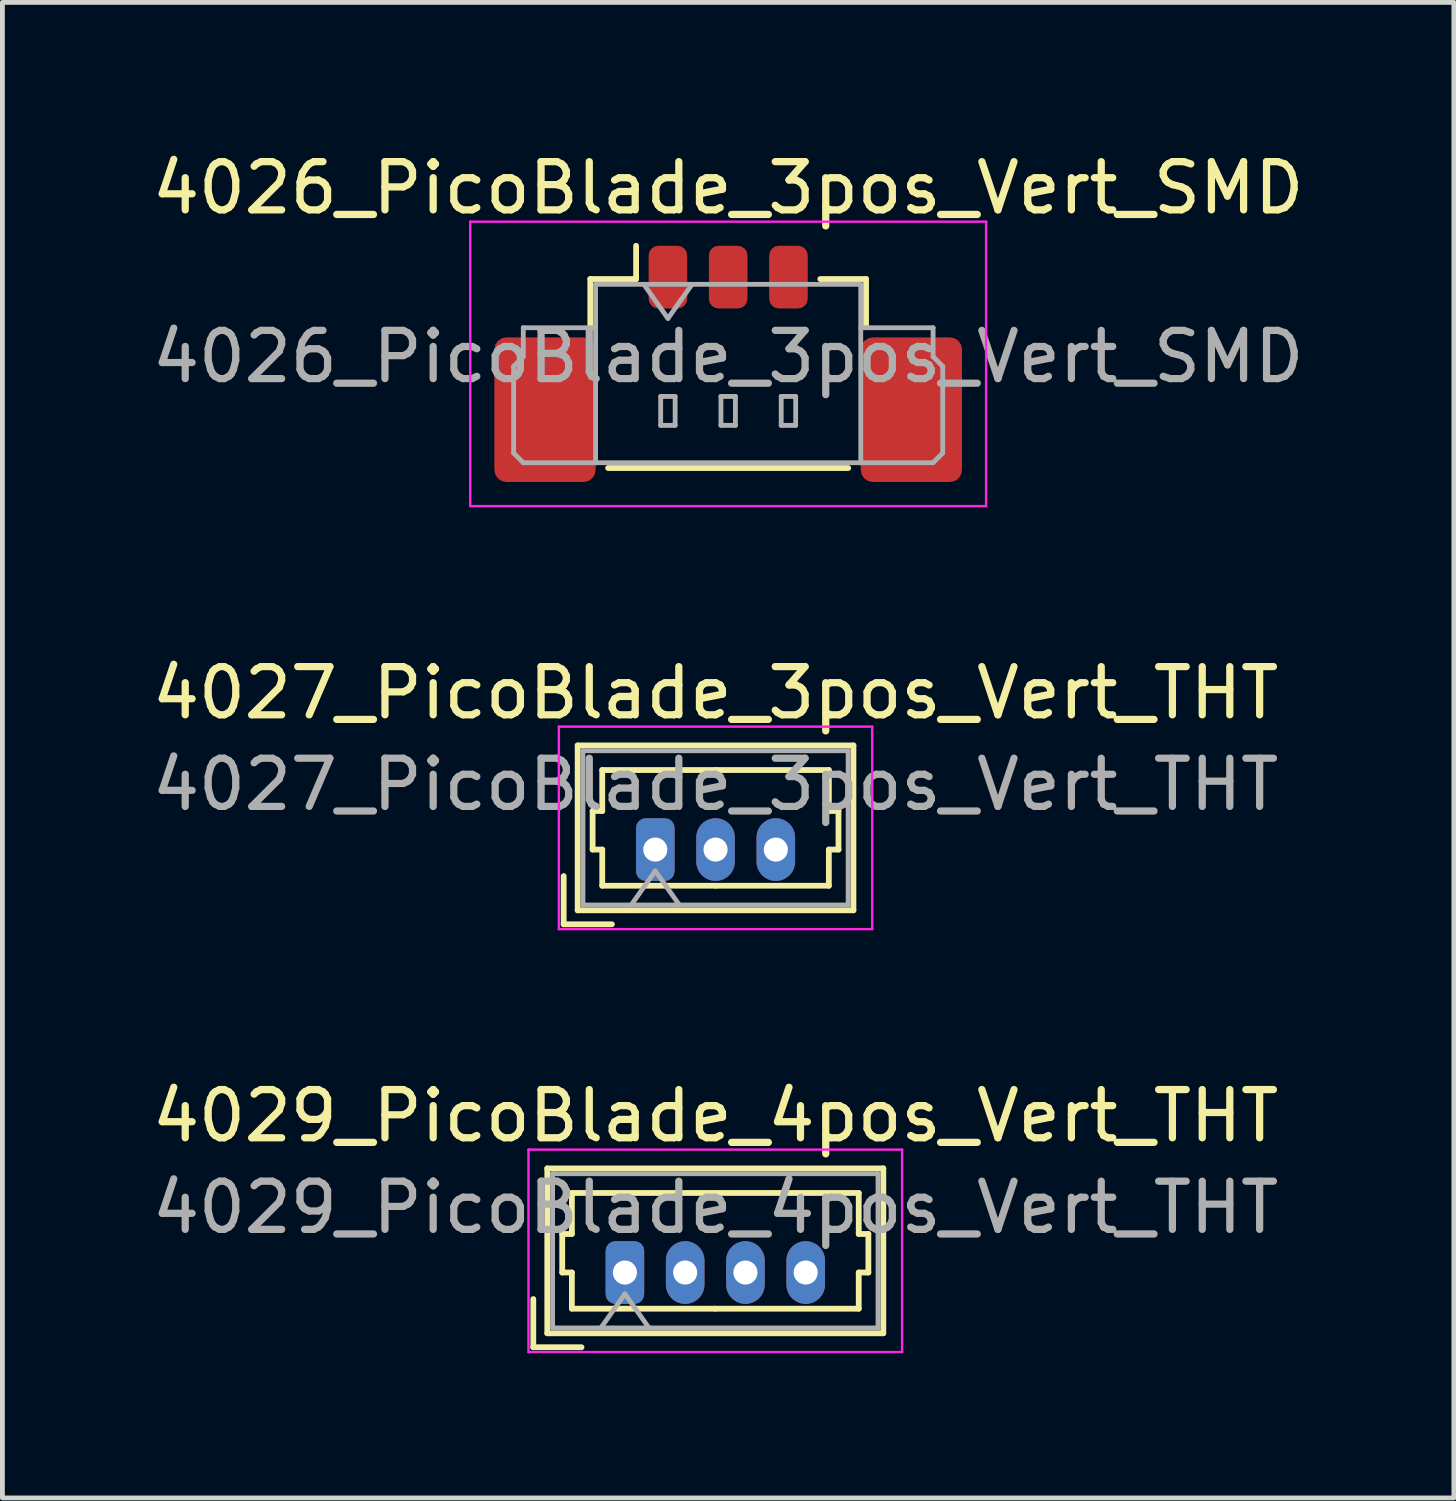
<source format=kicad_pcb>
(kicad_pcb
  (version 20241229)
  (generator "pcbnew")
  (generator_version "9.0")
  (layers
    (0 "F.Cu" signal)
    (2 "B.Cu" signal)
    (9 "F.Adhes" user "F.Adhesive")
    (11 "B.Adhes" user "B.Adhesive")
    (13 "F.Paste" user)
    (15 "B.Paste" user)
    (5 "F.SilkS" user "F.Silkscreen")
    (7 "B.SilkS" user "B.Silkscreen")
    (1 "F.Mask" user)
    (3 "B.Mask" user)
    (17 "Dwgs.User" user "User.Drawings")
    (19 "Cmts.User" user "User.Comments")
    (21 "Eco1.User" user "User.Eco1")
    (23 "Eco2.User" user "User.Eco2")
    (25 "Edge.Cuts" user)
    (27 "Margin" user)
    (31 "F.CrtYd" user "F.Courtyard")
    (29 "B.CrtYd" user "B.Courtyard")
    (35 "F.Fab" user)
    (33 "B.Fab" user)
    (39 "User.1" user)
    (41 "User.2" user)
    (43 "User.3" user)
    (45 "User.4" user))
  (footprint "4029_PicoBlade_4pos_Vert_THT"
    (layer "F.Cu")
    (at 9.912 23.345)
    (property "Reference" "4029_PicoBlade_4pos_Vert_THT" (at 1.88 -3.25 0) (layer "F.SilkS") (effects (font (size 1 1) (thickness 0.15))))
    (attr through_hole)
    (fp_line (start -1.9 1.55) (end -1.9 0.55) (stroke (width 0.12) (type solid)) (layer "F.SilkS"))
    (fp_line (start -1.9 1.55) (end -0.9 1.55) (stroke (width 0.12) (type solid)) (layer "F.SilkS"))
    (fp_line (start -1.61 -2.16) (end -1.61 1.26) (stroke (width 0.12) (type solid)) (layer "F.SilkS"))
    (fp_line (start -1.61 1.26) (end 5.36 1.26) (stroke (width 0.12) (type solid)) (layer "F.SilkS"))
    (fp_line (start -1.3 -0.8) (end -1.1 -0.8) (stroke (width 0.12) (type solid)) (layer "F.SilkS"))
    (fp_line (start -1.3 0) (end -1.3 -0.8) (stroke (width 0.12) (type solid)) (layer "F.SilkS"))
    (fp_line (start -1.1 -1.65) (end 1.875 -1.65) (stroke (width 0.12) (type solid)) (layer "F.SilkS"))
    (fp_line (start -1.1 -0.8) (end -1.1 -1.65) (stroke (width 0.12) (type solid)) (layer "F.SilkS"))
    (fp_line (start -1.1 0) (end -1.3 0) (stroke (width 0.12) (type solid)) (layer "F.SilkS"))
    (fp_line (start -1.1 0.75) (end -1.1 0) (stroke (width 0.12) (type solid)) (layer "F.SilkS"))
    (fp_line (start 1.875 0.75) (end -1.1 0.75) (stroke (width 0.12) (type solid)) (layer "F.SilkS"))
    (fp_line (start 1.875 0.75) (end 4.85 0.75) (stroke (width 0.12) (type solid)) (layer "F.SilkS"))
    (fp_line (start 4.85 -1.65) (end 1.875 -1.65) (stroke (width 0.12) (type solid)) (layer "F.SilkS"))
    (fp_line (start 4.85 -0.8) (end 4.85 -1.65) (stroke (width 0.12) (type solid)) (layer "F.SilkS"))
    (fp_line (start 4.85 0) (end 5.05 0) (stroke (width 0.12) (type solid)) (layer "F.SilkS"))
    (fp_line (start 4.85 0.75) (end 4.85 0) (stroke (width 0.12) (type solid)) (layer "F.SilkS"))
    (fp_line (start 5.05 -0.8) (end 4.85 -0.8) (stroke (width 0.12) (type solid)) (layer "F.SilkS"))
    (fp_line (start 5.05 0) (end 5.05 -0.8) (stroke (width 0.12) (type solid)) (layer "F.SilkS"))
    (fp_line (start 5.36 -2.16) (end -1.61 -2.16) (stroke (width 0.12) (type solid)) (layer "F.SilkS"))
    (fp_line (start 5.36 1.26) (end 5.36 -2.16) (stroke (width 0.12) (type solid)) (layer "F.SilkS"))
    (fp_line (start -2 -2.55) (end -2 1.65) (stroke (width 0.05) (type solid)) (layer "F.CrtYd"))
    (fp_line (start -2 1.65) (end 5.75 1.65) (stroke (width 0.05) (type solid)) (layer "F.CrtYd"))
    (fp_line (start 5.75 -2.55) (end -2 -2.55) (stroke (width 0.05) (type solid)) (layer "F.CrtYd"))
    (fp_line (start 5.75 1.65) (end 5.75 -2.55) (stroke (width 0.05) (type solid)) (layer "F.CrtYd"))
    (fp_line (start -1.5 -2.05) (end -1.5 1.15) (stroke (width 0.1) (type solid)) (layer "F.Fab"))
    (fp_line (start -1.5 1.15) (end 5.25 1.15) (stroke (width 0.1) (type solid)) (layer "F.Fab"))
    (fp_line (start -0.5 1.15) (end 0 0.443) (stroke (width 0.1) (type solid)) (layer "F.Fab"))
    (fp_line (start 0 0.443) (end 0.5 1.15) (stroke (width 0.1) (type solid)) (layer "F.Fab"))
    (fp_line (start 5.25 -2.05) (end -1.5 -2.05) (stroke (width 0.1) (type solid)) (layer "F.Fab"))
    (fp_line (start 5.25 1.15) (end 5.25 -2.05) (stroke (width 0.1) (type solid)) (layer "F.Fab"))
    (fp_text user "${REFERENCE}" (at 1.88 -1.35 0) (layer "F.Fab") (effects (font (size 1 1) (thickness 0.15))))
    (pad "1" thru_hole roundrect (at 0 0) (size 0.8 1.3) (drill 0.5) (layers "*.Cu" "*.Mask") (roundrect_rratio 0.25))
    (pad "2" thru_hole oval (at 1.25 0) (size 0.8 1.3) (drill 0.5) (layers "*.Cu" "*.Mask"))
    (pad "3" thru_hole oval (at 2.5 0) (size 0.8 1.3) (drill 0.5) (layers "*.Cu" "*.Mask"))
    (pad "4" thru_hole oval (at 3.75 0) (size 0.8 1.3) (drill 0.5) (layers "*.Cu" "*.Mask")))
  (footprint "4027_PicoBlade_3pos_Vert_THT"
    (layer "F.Cu")
    (at 10.542 14.572)
    (property "Reference" "4027_PicoBlade_3pos_Vert_THT" (at 1.25 -3.25 0) (layer "F.SilkS") (effects (font (size 1 1) (thickness 0.15))))
    (attr through_hole)
    (fp_line (start -1.9 1.55) (end -1.9 0.55) (stroke (width 0.12) (type solid)) (layer "F.SilkS"))
    (fp_line (start -1.9 1.55) (end -0.9 1.55) (stroke (width 0.12) (type solid)) (layer "F.SilkS"))
    (fp_line (start -1.61 -2.16) (end -1.61 1.26) (stroke (width 0.12) (type solid)) (layer "F.SilkS"))
    (fp_line (start -1.61 1.26) (end 4.11 1.26) (stroke (width 0.12) (type solid)) (layer "F.SilkS"))
    (fp_line (start -1.3 -0.8) (end -1.1 -0.8) (stroke (width 0.12) (type solid)) (layer "F.SilkS"))
    (fp_line (start -1.3 0) (end -1.3 -0.8) (stroke (width 0.12) (type solid)) (layer "F.SilkS"))
    (fp_line (start -1.1 -1.65) (end 1.25 -1.65) (stroke (width 0.12) (type solid)) (layer "F.SilkS"))
    (fp_line (start -1.1 -0.8) (end -1.1 -1.65) (stroke (width 0.12) (type solid)) (layer "F.SilkS"))
    (fp_line (start -1.1 0) (end -1.3 0) (stroke (width 0.12) (type solid)) (layer "F.SilkS"))
    (fp_line (start -1.1 0.75) (end -1.1 0) (stroke (width 0.12) (type solid)) (layer "F.SilkS"))
    (fp_line (start 1.25 0.75) (end -1.1 0.75) (stroke (width 0.12) (type solid)) (layer "F.SilkS"))
    (fp_line (start 1.25 0.75) (end 3.6 0.75) (stroke (width 0.12) (type solid)) (layer "F.SilkS"))
    (fp_line (start 3.6 -1.65) (end 1.25 -1.65) (stroke (width 0.12) (type solid)) (layer "F.SilkS"))
    (fp_line (start 3.6 -0.8) (end 3.6 -1.65) (stroke (width 0.12) (type solid)) (layer "F.SilkS"))
    (fp_line (start 3.6 0) (end 3.8 0) (stroke (width 0.12) (type solid)) (layer "F.SilkS"))
    (fp_line (start 3.6 0.75) (end 3.6 0) (stroke (width 0.12) (type solid)) (layer "F.SilkS"))
    (fp_line (start 3.8 -0.8) (end 3.6 -0.8) (stroke (width 0.12) (type solid)) (layer "F.SilkS"))
    (fp_line (start 3.8 0) (end 3.8 -0.8) (stroke (width 0.12) (type solid)) (layer "F.SilkS"))
    (fp_line (start 4.11 -2.16) (end -1.61 -2.16) (stroke (width 0.12) (type solid)) (layer "F.SilkS"))
    (fp_line (start 4.11 1.26) (end 4.11 -2.16) (stroke (width 0.12) (type solid)) (layer "F.SilkS"))
    (fp_line (start -2 -2.55) (end -2 1.65) (stroke (width 0.05) (type solid)) (layer "F.CrtYd"))
    (fp_line (start -2 1.65) (end 4.5 1.65) (stroke (width 0.05) (type solid)) (layer "F.CrtYd"))
    (fp_line (start 4.5 -2.55) (end -2 -2.55) (stroke (width 0.05) (type solid)) (layer "F.CrtYd"))
    (fp_line (start 4.5 1.65) (end 4.5 -2.55) (stroke (width 0.05) (type solid)) (layer "F.CrtYd"))
    (fp_line (start -1.5 -2.05) (end -1.5 1.15) (stroke (width 0.1) (type solid)) (layer "F.Fab"))
    (fp_line (start -1.5 1.15) (end 4 1.15) (stroke (width 0.1) (type solid)) (layer "F.Fab"))
    (fp_line (start -0.5 1.15) (end 0 0.443) (stroke (width 0.1) (type solid)) (layer "F.Fab"))
    (fp_line (start 0 0.443) (end 0.5 1.15) (stroke (width 0.1) (type solid)) (layer "F.Fab"))
    (fp_line (start 4 -2.05) (end -1.5 -2.05) (stroke (width 0.1) (type solid)) (layer "F.Fab"))
    (fp_line (start 4 1.15) (end 4 -2.05) (stroke (width 0.1) (type solid)) (layer "F.Fab"))
    (fp_text user "${REFERENCE}" (at 1.25 -1.35 0) (layer "F.Fab") (effects (font (size 1 1) (thickness 0.15))))
    (pad "1" thru_hole roundrect (at 0 0) (size 0.8 1.3) (drill 0.5) (layers "*.Cu" "*.Mask") (roundrect_rratio 0.25))
    (pad "2" thru_hole oval (at 1.25 0) (size 0.8 1.3) (drill 0.5) (layers "*.Cu" "*.Mask"))
    (pad "3" thru_hole oval (at 2.5 0) (size 0.8 1.3) (drill 0.5) (layers "*.Cu" "*.Mask")))
  (footprint "4026_PicoBlade_3pos_Vert_SMD"
    (layer "F.Cu")
    (at 12.054 3.948)
    (property "Reference" "4026_PicoBlade_3pos_Vert_SMD" (at 0 -3.1 0) (layer "F.SilkS") (effects (font (size 1 1) (thickness 0.15))))
    (attr smd)
    (fp_line (start -2.86 -1.21) (end -1.91 -1.21) (stroke (width 0.12) (type solid)) (layer "F.SilkS"))
    (fp_line (start -2.86 -0.26) (end -2.86 -1.21) (stroke (width 0.12) (type solid)) (layer "F.SilkS"))
    (fp_line (start -2.49 2.71) (end 2.49 2.71) (stroke (width 0.12) (type solid)) (layer "F.SilkS"))
    (fp_line (start -1.91 -1.21) (end -1.91 -1.9) (stroke (width 0.12) (type solid)) (layer "F.SilkS"))
    (fp_line (start 2.86 -1.21) (end 1.91 -1.21) (stroke (width 0.12) (type solid)) (layer "F.SilkS"))
    (fp_line (start 2.86 -0.26) (end 2.86 -1.21) (stroke (width 0.12) (type solid)) (layer "F.SilkS"))
    (fp_line (start -5.35 -2.4) (end -5.35 3.5) (stroke (width 0.05) (type solid)) (layer "F.CrtYd"))
    (fp_line (start -5.35 3.5) (end 5.35 3.5) (stroke (width 0.05) (type solid)) (layer "F.CrtYd"))
    (fp_line (start 5.35 -2.4) (end -5.35 -2.4) (stroke (width 0.05) (type solid)) (layer "F.CrtYd"))
    (fp_line (start 5.35 3.5) (end 5.35 -2.4) (stroke (width 0.05) (type solid)) (layer "F.CrtYd"))
    (fp_line (start -4.45 0.6) (end -4.25 0.4) (stroke (width 0.1) (type solid)) (layer "F.Fab"))
    (fp_line (start -4.45 2.4) (end -4.45 0.6) (stroke (width 0.1) (type solid)) (layer "F.Fab"))
    (fp_line (start -4.25 -0.2) (end -2.75 -0.2) (stroke (width 0.1) (type solid)) (layer "F.Fab"))
    (fp_line (start -4.25 0.4) (end -4.25 -0.2) (stroke (width 0.1) (type solid)) (layer "F.Fab"))
    (fp_line (start -4.25 2.6) (end -4.45 2.4) (stroke (width 0.1) (type solid)) (layer "F.Fab"))
    (fp_line (start -2.75 -1.1) (end -2.75 2.6) (stroke (width 0.1) (type solid)) (layer "F.Fab"))
    (fp_line (start -2.75 -1.1) (end 2.75 -1.1) (stroke (width 0.1) (type solid)) (layer "F.Fab"))
    (fp_line (start -2.75 2.6) (end -4.25 2.6) (stroke (width 0.1) (type solid)) (layer "F.Fab"))
    (fp_line (start -2.75 2.6) (end 2.75 2.6) (stroke (width 0.1) (type solid)) (layer "F.Fab"))
    (fp_line (start -1.75 -1.1) (end -1.25 -0.393) (stroke (width 0.1) (type solid)) (layer "F.Fab"))
    (fp_line (start -1.4 1.225) (end -1.4 1.825) (stroke (width 0.1) (type solid)) (layer "F.Fab"))
    (fp_line (start -1.4 1.825) (end -1.1 1.825) (stroke (width 0.1) (type solid)) (layer "F.Fab"))
    (fp_line (start -1.25 -0.393) (end -0.75 -1.1) (stroke (width 0.1) (type solid)) (layer "F.Fab"))
    (fp_line (start -1.1 1.225) (end -1.4 1.225) (stroke (width 0.1) (type solid)) (layer "F.Fab"))
    (fp_line (start -1.1 1.825) (end -1.1 1.225) (stroke (width 0.1) (type solid)) (layer "F.Fab"))
    (fp_line (start -0.15 1.225) (end -0.15 1.825) (stroke (width 0.1) (type solid)) (layer "F.Fab"))
    (fp_line (start -0.15 1.825) (end 0.15 1.825) (stroke (width 0.1) (type solid)) (layer "F.Fab"))
    (fp_line (start 0.15 1.225) (end -0.15 1.225) (stroke (width 0.1) (type solid)) (layer "F.Fab"))
    (fp_line (start 0.15 1.825) (end 0.15 1.225) (stroke (width 0.1) (type solid)) (layer "F.Fab"))
    (fp_line (start 1.1 1.225) (end 1.1 1.825) (stroke (width 0.1) (type solid)) (layer "F.Fab"))
    (fp_line (start 1.1 1.825) (end 1.4 1.825) (stroke (width 0.1) (type solid)) (layer "F.Fab"))
    (fp_line (start 1.4 1.225) (end 1.1 1.225) (stroke (width 0.1) (type solid)) (layer "F.Fab"))
    (fp_line (start 1.4 1.825) (end 1.4 1.225) (stroke (width 0.1) (type solid)) (layer "F.Fab"))
    (fp_line (start 2.75 -1.1) (end 2.75 2.6) (stroke (width 0.1) (type solid)) (layer "F.Fab"))
    (fp_line (start 2.75 2.6) (end 4.25 2.6) (stroke (width 0.1) (type solid)) (layer "F.Fab"))
    (fp_line (start 4.25 -0.2) (end 2.75 -0.2) (stroke (width 0.1) (type solid)) (layer "F.Fab"))
    (fp_line (start 4.25 0.4) (end 4.25 -0.2) (stroke (width 0.1) (type solid)) (layer "F.Fab"))
    (fp_line (start 4.25 2.6) (end 4.45 2.4) (stroke (width 0.1) (type solid)) (layer "F.Fab"))
    (fp_line (start 4.45 0.6) (end 4.25 0.4) (stroke (width 0.1) (type solid)) (layer "F.Fab"))
    (fp_line (start 4.45 2.4) (end 4.45 0.6) (stroke (width 0.1) (type solid)) (layer "F.Fab"))
    (fp_text user "${REFERENCE}" (at 0 0.4 0) (layer "F.Fab") (effects (font (size 1 1) (thickness 0.15))))
    (pad "1" smd roundrect (at -1.25 -1.25) (size 0.8 1.3) (layers "F.Cu" "F.Mask" "F.Paste") (roundrect_rratio 0.25))
    (pad "2" smd roundrect (at 0 -1.25) (size 0.8 1.3) (layers "F.Cu" "F.Mask" "F.Paste") (roundrect_rratio 0.25))
    (pad "3" smd roundrect (at 1.25 -1.25) (size 0.8 1.3) (layers "F.Cu" "F.Mask" "F.Paste") (roundrect_rratio 0.25))
    (pad "MP" smd roundrect (at -3.8 1.5) (size 2.1 3) (layers "F.Cu" "F.Mask" "F.Paste") (roundrect_rratio 0.119))
    (pad "MP" smd roundrect (at 3.8 1.5) (size 2.1 3) (layers "F.Cu" "F.Mask" "F.Paste") (roundrect_rratio 0.119)))
  (gr_rect
    (start -3 -3)
    (end 27.107 28.02)
    (stroke (width 0.1) (type default))
    (fill no)
    (layer "Edge.Cuts")))
</source>
